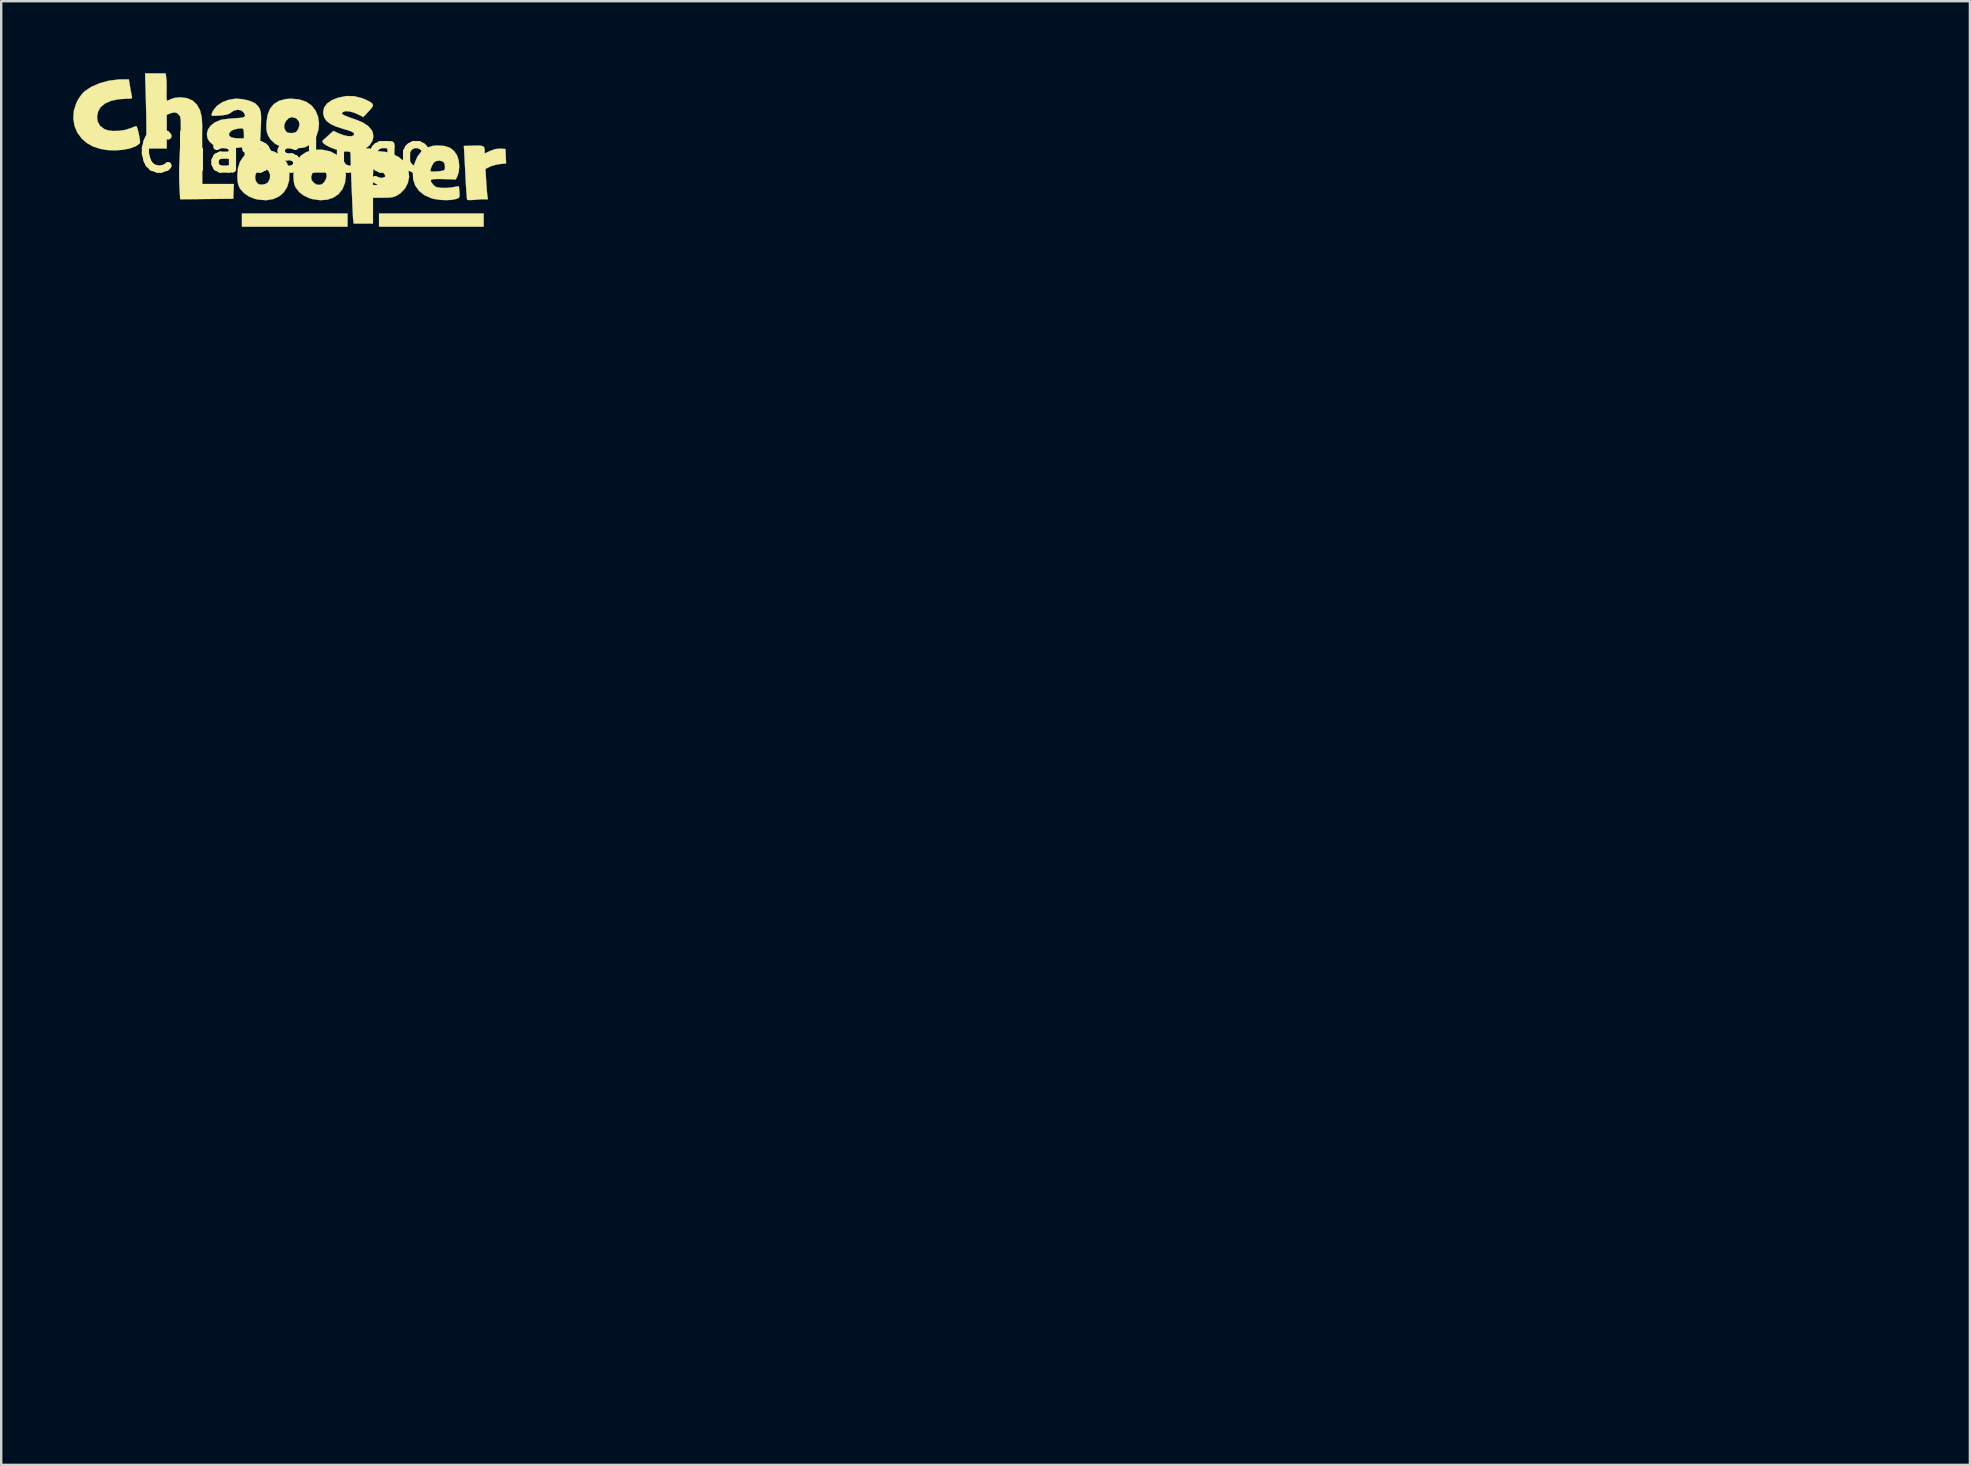
<source format=kicad_pcb>
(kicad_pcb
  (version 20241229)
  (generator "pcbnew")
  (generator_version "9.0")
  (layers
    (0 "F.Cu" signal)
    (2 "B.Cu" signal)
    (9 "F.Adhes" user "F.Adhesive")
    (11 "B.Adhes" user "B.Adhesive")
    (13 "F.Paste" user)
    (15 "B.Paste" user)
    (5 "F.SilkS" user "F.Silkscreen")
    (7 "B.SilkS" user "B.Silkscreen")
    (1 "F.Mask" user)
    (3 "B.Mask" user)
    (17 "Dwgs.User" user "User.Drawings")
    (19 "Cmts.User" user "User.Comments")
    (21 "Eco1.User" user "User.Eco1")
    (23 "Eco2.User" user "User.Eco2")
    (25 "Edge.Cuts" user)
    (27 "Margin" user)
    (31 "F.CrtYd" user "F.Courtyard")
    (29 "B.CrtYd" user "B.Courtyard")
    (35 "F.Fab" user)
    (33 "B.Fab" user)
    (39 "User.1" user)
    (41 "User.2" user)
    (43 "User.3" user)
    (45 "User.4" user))
  (footprint "Coralie_mask"
    (layer "F.Cu")
    (at 48.526 27.479)
    (property "Reference" "Coralie_mask" (at 0 0 0) (layer "B.Mask") (effects (font (size 1.524 1.524) (thickness 0.3))))
    (attr through_hole)
    (fp_poly (pts (xy -7.705 1.101) (xy -23.029 1.101) (xy -23.029 -3.302) (xy -20.87 -3.302) (xy -20.87 -1.058) (xy -9.864 -1.058) (xy -9.864 -3.302) (xy -20.87 -3.302) (xy -23.029 -3.302) (xy -23.029 -5.419) (xy -7.705 -5.419) (xy -7.705 1.101)) (stroke (width 0.01) (type solid)) (fill yes) (layer "B.Mask"))
    (fp_poly (pts (xy 18.669 1.101) (xy 16.552 1.101) (xy 16.552 -3.302) (xy 14.266 -3.302) (xy 14.266 1.143) (xy 16.51 1.143) (xy 16.51 3.344) (xy 18.669 3.344) (xy 18.669 5.546) (xy 20.87 5.546) (xy 20.87 23.072) (xy 18.754 23.072) (xy 18.733 12.086) (xy 8.816 12.075) (xy -1.101 12.065) (xy -1.101 23.072) (xy -3.26 23.072) (xy -3.26 7.747) (xy 3.301 7.747) (xy 14.352 7.747) (xy 14.341 6.615) (xy 14.33 5.482) (xy 3.323 5.482) (xy 3.312 6.615) (xy 3.301 7.747) (xy -3.26 7.747) (xy -3.26 5.546) (xy -1.058 5.546) (xy -1.058 3.344) (xy 1.143 3.344) (xy 1.143 1.143) (xy 3.344 1.143) (xy 3.344 1.101) (xy 5.038 1.101) (xy 5.038 3.345) (xy 8.816 3.334) (xy 12.594 3.323) (xy 12.617 1.101) (xy 5.038 1.101) (xy 3.344 1.101) (xy 3.344 -3.302) (xy 6.816 -3.302) (xy 6.816 -1.058) (xy 10.837 -1.058) (xy 10.837 -3.302) (xy 6.816 -3.302) (xy 3.344 -3.302) (xy 1.101 -3.302) (xy 1.101 1.101) (xy -1.058 1.101) (xy -1.058 -7.62) (xy 18.669 -7.62) (xy 18.669 1.101)) (stroke (width 0.01) (type solid)) (fill yes) (layer "B.Mask"))
    (fp_poly (pts (xy 27.517 1.1) (xy 23.135 1.122) (xy 23.124 2.212) (xy 23.113 3.302) (xy 25.315 3.302) (xy 25.315 27.517) (xy 14.309 27.517) (xy 14.309 16.51) (xy 3.323 16.531) (xy 3.302 27.517) (xy -7.662 27.517) (xy -7.673 16.521) (xy -7.684 5.524) (xy -16.478 5.514) (xy -25.273 5.503) (xy -25.273 3.302) (xy -27.474 3.302) (xy -27.474 -5.503) (xy -25.315 -5.503) (xy -25.315 1.143) (xy -23.114 1.143) (xy -23.114 3.345) (xy -15.378 3.334) (xy -7.641 3.323) (xy -7.63 2.234) (xy -7.619 1.144) (xy -6.529 1.133) (xy -5.44 1.122) (xy -5.417 -1.058) (xy -3.302 -1.058) (xy -3.302 5.46) (xy -4.392 5.471) (xy -5.482 5.482) (xy -5.504 25.358) (xy 1.143 25.358) (xy 1.143 14.351) (xy 16.467 14.351) (xy 16.489 25.337) (xy 19.823 25.347) (xy 23.157 25.358) (xy 23.135 5.482) (xy 22.045 5.471) (xy 20.955 5.46) (xy 20.955 -1.058) (xy 25.358 -1.058) (xy 25.358 -25.315) (xy 23.072 -25.315) (xy 23.072 -3.302) (xy 20.955 -3.302) (xy 20.955 -7.705) (xy 18.754 -7.705) (xy 18.754 -9.906) (xy -1.101 -9.906) (xy -1.101 -7.705) (xy -3.302 -7.705) (xy -3.302 -3.302) (xy -5.417 -3.302) (xy -5.429 -4.392) (xy -5.44 -5.482) (xy -6.529 -5.493) (xy -7.619 -5.505) (xy -7.63 -6.594) (xy -7.641 -7.684) (xy -15.378 -7.694) (xy -23.114 -7.705) (xy -23.114 -5.503) (xy -25.315 -5.503) (xy -27.474 -5.503) (xy -27.474 -7.662) (xy -25.273 -7.662) (xy -25.273 -9.864) (xy -14.277 -9.874) (xy -3.281 -9.885) (xy -3.27 -10.975) (xy -3.258 -12.065) (xy 20.913 -12.065) (xy 20.913 -27.474) (xy 27.517 -27.474) (xy 27.517 1.1)) (stroke (width 0.01) (type solid)) (fill yes) (layer "B.Mask")))
  (footprint "ChaosLogo"
    (layer "F.Cu")
    (at 8.852 3.307)
    (property "Reference" "ChaosLogo" (at 0 0 0) (layer "F.SilkS") (effects (font (size 1.524 1.524) (thickness 0.3))))
    (attr through_hole)
    (fp_poly (pts (xy 2.582 3.09) (xy -1.82 3.09) (xy -1.82 2.54) (xy 2.582 2.54) (xy 2.582 3.09)) (stroke (width 0.01) (type solid)) (fill yes) (layer "F.SilkS"))
    (fp_poly (pts (xy 8.255 3.09) (xy 3.895 3.09) (xy 3.895 2.54) (xy 8.255 2.54) (xy 8.255 3.09)) (stroke (width 0.01) (type solid)) (fill yes) (layer "F.SilkS"))
    (fp_poly (pts (xy 8.167 -0.281) (xy 8.246 -0.252) (xy 8.284 -0.197) (xy 8.296 -0.109) (xy 8.297 -0.076) (xy 8.297 0.038) (xy 8.529 -0.068) (xy 8.731 -0.142) (xy 8.917 -0.163) (xy 8.963 -0.161) (xy 9.165 -0.148) (xy 9.177 0.153) (xy 9.19 0.453) (xy 8.934 0.48) (xy 8.759 0.511) (xy 8.588 0.56) (xy 8.504 0.595) (xy 8.331 0.684) (xy 8.358 1.157) (xy 8.372 1.366) (xy 8.386 1.561) (xy 8.4 1.715) (xy 8.409 1.789) (xy 8.432 1.947) (xy 8.265 1.947) (xy 8.127 1.952) (xy 7.952 1.964) (xy 7.844 1.974) (xy 7.706 1.982) (xy 7.604 1.977) (xy 7.567 1.963) (xy 7.558 1.912) (xy 7.546 1.789) (xy 7.533 1.606) (xy 7.518 1.376) (xy 7.503 1.112) (xy 7.496 0.974) (xy 7.482 0.689) (xy 7.468 0.425) (xy 7.456 0.195) (xy 7.447 0.015) (xy 7.441 -0.101) (xy 7.439 -0.127) (xy 7.429 -0.275) (xy 7.828 -0.287) (xy 8.033 -0.291) (xy 8.167 -0.281)) (stroke (width 0.01) (type solid)) (fill yes) (layer "F.SilkS"))
    (fp_poly (pts (xy 1.552 -0.114) (xy 1.862 -0.047) (xy 2.115 0.084) (xy 2.31 0.273) (xy 2.442 0.517) (xy 2.506 0.81) (xy 2.513 0.955) (xy 2.476 1.261) (xy 2.374 1.52) (xy 2.213 1.726) (xy 2 1.876) (xy 1.743 1.964) (xy 1.449 1.987) (xy 1.124 1.941) (xy 0.999 1.905) (xy 0.768 1.8) (xy 0.57 1.649) (xy 0.426 1.47) (xy 0.374 1.357) (xy 0.348 1.234) (xy 0.331 1.067) (xy 0.33 1.006) (xy 1.065 1.006) (xy 1.081 1.138) (xy 1.162 1.251) (xy 1.297 1.339) (xy 1.442 1.344) (xy 1.53 1.309) (xy 1.604 1.24) (xy 1.67 1.132) (xy 1.676 1.118) (xy 1.713 1.005) (xy 1.706 0.91) (xy 1.677 0.83) (xy 1.588 0.705) (xy 1.468 0.648) (xy 1.335 0.656) (xy 1.21 0.729) (xy 1.122 0.846) (xy 1.065 1.006) (xy 0.33 1.006) (xy 0.327 0.919) (xy 0.366 0.604) (xy 0.47 0.341) (xy 0.635 0.132) (xy 0.856 -0.017) (xy 1.13 -0.103) (xy 1.45 -0.122) (xy 1.552 -0.114)) (stroke (width 0.01) (type solid)) (fill yes) (layer "F.SilkS"))
    (fp_poly (pts (xy 0.57 -2.213) (xy 0.853 -2.119) (xy 1.08 -1.962) (xy 1.091 -1.952) (xy 1.254 -1.739) (xy 1.354 -1.49) (xy 1.392 -1.222) (xy 1.369 -0.952) (xy 1.287 -0.697) (xy 1.147 -0.473) (xy 0.978 -0.318) (xy 0.887 -0.258) (xy 0.803 -0.22) (xy 0.703 -0.198) (xy 0.562 -0.186) (xy 0.388 -0.181) (xy 0.111 -0.184) (xy -0.092 -0.207) (xy -0.187 -0.234) (xy -0.437 -0.366) (xy -0.629 -0.545) (xy -0.73 -0.711) (xy -0.775 -0.833) (xy -0.797 -0.96) (xy -0.801 -1.121) (xy -0.8 -1.143) (xy -0.058 -1.143) (xy -0.057 -1.044) (xy -0.041 -0.99) (xy 0.016 -0.879) (xy 0.095 -0.824) (xy 0.221 -0.812) (xy 0.275 -0.814) (xy 0.393 -0.833) (xy 0.467 -0.884) (xy 0.528 -0.981) (xy 0.581 -1.149) (xy 0.555 -1.296) (xy 0.453 -1.413) (xy 0.415 -1.437) (xy 0.271 -1.476) (xy 0.135 -1.436) (xy 0.022 -1.323) (xy -0.012 -1.264) (xy -0.058 -1.143) (xy -0.8 -1.143) (xy -0.796 -1.249) (xy -0.75 -1.57) (xy -0.647 -1.828) (xy -0.487 -2.023) (xy -0.27 -2.157) (xy 0.005 -2.229) (xy 0.231 -2.244) (xy 0.57 -2.213)) (stroke (width 0.01) (type solid)) (fill yes) (layer "F.SilkS"))
    (fp_poly (pts (xy -6.481 -2.741) (xy -6.453 -2.575) (xy -6.426 -2.432) (xy -6.407 -2.341) (xy -6.407 -2.339) (xy -6.399 -2.284) (xy -6.425 -2.255) (xy -6.502 -2.245) (xy -6.607 -2.244) (xy -6.971 -2.221) (xy -7.28 -2.153) (xy -7.527 -2.042) (xy -7.708 -1.892) (xy -7.81 -1.72) (xy -7.859 -1.494) (xy -7.831 -1.288) (xy -7.732 -1.115) (xy -7.567 -0.985) (xy -7.429 -0.931) (xy -7.209 -0.898) (xy -6.95 -0.903) (xy -6.689 -0.942) (xy -6.463 -1.013) (xy -6.341 -1.063) (xy -6.251 -1.094) (xy -6.224 -1.101) (xy -6.198 -1.063) (xy -6.165 -0.965) (xy -6.13 -0.83) (xy -6.098 -0.682) (xy -6.075 -0.544) (xy -6.065 -0.441) (xy -6.069 -0.401) (xy -6.119 -0.347) (xy -6.216 -0.281) (xy -6.254 -0.26) (xy -6.495 -0.17) (xy -6.789 -0.113) (xy -7.111 -0.09) (xy -7.435 -0.104) (xy -7.715 -0.151) (xy -8.026 -0.252) (xy -8.282 -0.396) (xy -8.49 -0.576) (xy -8.68 -0.829) (xy -8.799 -1.119) (xy -8.847 -1.43) (xy -8.822 -1.75) (xy -8.721 -2.065) (xy -8.678 -2.153) (xy -8.582 -2.31) (xy -8.473 -2.454) (xy -8.385 -2.545) (xy -8.095 -2.738) (xy -7.748 -2.89) (xy -7.363 -2.994) (xy -6.961 -3.044) (xy -6.832 -3.047) (xy -6.532 -3.048) (xy -6.481 -2.741)) (stroke (width 0.01) (type solid)) (fill yes) (layer "F.SilkS"))
    (fp_poly (pts (xy -4.973 -3.122) (xy -4.963 -2.996) (xy -4.957 -2.818) (xy -4.958 -2.619) (xy -4.96 -2.55) (xy -4.963 -2.38) (xy -4.959 -2.247) (xy -4.948 -2.171) (xy -4.94 -2.159) (xy -4.883 -2.177) (xy -4.788 -2.221) (xy -4.771 -2.23) (xy -4.624 -2.278) (xy -4.429 -2.3) (xy -4.381 -2.301) (xy -4.102 -2.266) (xy -3.872 -2.163) (xy -3.693 -1.995) (xy -3.566 -1.762) (xy -3.493 -1.466) (xy -3.474 -1.11) (xy -3.475 -1.079) (xy -3.478 -0.952) (xy -3.48 -0.757) (xy -3.48 -0.509) (xy -3.48 -0.225) (xy -3.479 0.08) (xy -3.478 0.265) (xy -3.471 1.312) (xy -2.155 1.312) (xy -2.168 1.619) (xy -2.18 1.926) (xy -3.287 1.937) (xy -4.393 1.949) (xy -4.422 1.451) (xy -4.432 1.189) (xy -4.436 0.896) (xy -4.433 0.618) (xy -4.429 0.487) (xy -4.408 0.031) (xy -4.391 -0.347) (xy -4.379 -0.657) (xy -4.37 -0.905) (xy -4.366 -1.099) (xy -4.367 -1.246) (xy -4.371 -1.355) (xy -4.38 -1.433) (xy -4.392 -1.488) (xy -4.409 -1.527) (xy -4.417 -1.541) (xy -4.52 -1.645) (xy -4.647 -1.674) (xy -4.802 -1.634) (xy -4.953 -1.571) (xy -4.953 -0.169) (xy -5.8 -0.169) (xy -5.8 -0.815) (xy -5.801 -1.067) (xy -5.805 -1.376) (xy -5.811 -1.718) (xy -5.819 -2.063) (xy -5.828 -2.381) (xy -5.855 -3.302) (xy -5.001 -3.302) (xy -4.973 -3.122)) (stroke (width 0.01) (type solid)) (fill yes) (layer "F.SilkS"))
    (fp_poly (pts (xy 6.618 -0.274) (xy 6.841 -0.203) (xy 7.011 -0.077) (xy 7.14 0.109) (xy 7.159 0.148) (xy 7.217 0.34) (xy 7.237 0.565) (xy 7.221 0.785) (xy 7.168 0.967) (xy 7.165 0.974) (xy 7.091 1.122) (xy 6.572 1.106) (xy 6.333 1.102) (xy 6.171 1.108) (xy 6.078 1.128) (xy 6.047 1.167) (xy 6.069 1.23) (xy 6.137 1.319) (xy 6.153 1.339) (xy 6.227 1.408) (xy 6.316 1.447) (xy 6.452 1.468) (xy 6.507 1.473) (xy 6.695 1.474) (xy 6.892 1.459) (xy 6.986 1.443) (xy 7.111 1.419) (xy 7.197 1.406) (xy 7.22 1.407) (xy 7.228 1.452) (xy 7.238 1.555) (xy 7.245 1.651) (xy 7.252 1.784) (xy 7.24 1.859) (xy 7.2 1.899) (xy 7.118 1.932) (xy 7.112 1.934) (xy 6.93 1.972) (xy 6.697 1.984) (xy 6.446 1.973) (xy 6.205 1.938) (xy 6.071 1.903) (xy 5.783 1.775) (xy 5.559 1.596) (xy 5.401 1.372) (xy 5.315 1.111) (xy 5.305 0.818) (xy 5.306 0.809) (xy 5.316 0.758) (xy 6.037 0.758) (xy 6.045 0.782) (xy 6.099 0.794) (xy 6.208 0.794) (xy 6.343 0.786) (xy 6.475 0.77) (xy 6.575 0.751) (xy 6.608 0.739) (xy 6.639 0.676) (xy 6.643 0.571) (xy 6.619 0.458) (xy 6.603 0.421) (xy 6.528 0.361) (xy 6.411 0.338) (xy 6.286 0.354) (xy 6.211 0.392) (xy 6.151 0.462) (xy 6.093 0.566) (xy 6.051 0.675) (xy 6.037 0.758) (xy 5.316 0.758) (xy 5.373 0.459) (xy 5.491 0.174) (xy 5.66 -0.045) (xy 5.877 -0.197) (xy 6.14 -0.28) (xy 6.333 -0.295) (xy 6.618 -0.274)) (stroke (width 0.01) (type solid)) (fill yes) (layer "F.SilkS"))
    (fp_poly (pts (xy 2.863 -2.349) (xy 3.196 -2.264) (xy 3.411 -2.169) (xy 3.556 -2.088) (xy 3.632 -2.02) (xy 3.64 -1.947) (xy 3.582 -1.851) (xy 3.463 -1.717) (xy 3.239 -1.479) (xy 3.035 -1.584) (xy 2.837 -1.668) (xy 2.651 -1.716) (xy 2.497 -1.724) (xy 2.393 -1.69) (xy 2.383 -1.681) (xy 2.347 -1.632) (xy 2.369 -1.594) (xy 2.439 -1.555) (xy 2.536 -1.513) (xy 2.686 -1.456) (xy 2.861 -1.395) (xy 2.914 -1.377) (xy 3.217 -1.253) (xy 3.441 -1.106) (xy 3.589 -0.933) (xy 3.627 -0.856) (xy 3.66 -0.675) (xy 3.62 -0.489) (xy 3.515 -0.324) (xy 3.467 -0.278) (xy 3.338 -0.169) (xy 3.468 -0.169) (xy 3.565 -0.153) (xy 3.598 -0.115) (xy 3.628 -0.082) (xy 3.725 -0.063) (xy 3.884 -0.056) (xy 4.18 -0.024) (xy 4.462 0.06) (xy 4.712 0.187) (xy 4.912 0.347) (xy 5.027 0.498) (xy 5.126 0.756) (xy 5.148 1.019) (xy 5.095 1.273) (xy 4.973 1.504) (xy 4.785 1.697) (xy 4.642 1.79) (xy 4.542 1.836) (xy 4.434 1.864) (xy 4.295 1.879) (xy 4.101 1.884) (xy 4.053 1.884) (xy 3.641 1.884) (xy 3.641 2.963) (xy 2.84 2.963) (xy 2.819 2.826) (xy 2.813 2.757) (xy 2.805 2.616) (xy 2.795 2.417) (xy 2.784 2.172) (xy 2.772 1.894) (xy 2.759 1.596) (xy 2.747 1.292) (xy 2.737 1.016) (xy 3.641 1.016) (xy 3.641 1.355) (xy 3.818 1.355) (xy 3.986 1.329) (xy 4.093 1.263) (xy 4.176 1.139) (xy 4.176 1.005) (xy 4.104 0.875) (xy 4.005 0.793) (xy 3.862 0.722) (xy 3.717 0.681) (xy 3.672 0.678) (xy 3.658 0.716) (xy 3.647 0.82) (xy 3.641 0.968) (xy 3.641 1.016) (xy 2.737 1.016) (xy 2.736 0.993) (xy 2.726 0.714) (xy 2.718 0.466) (xy 2.712 0.264) (xy 2.709 0.119) (xy 2.709 0.074) (xy 2.701 -0.002) (xy 2.659 -0.035) (xy 2.558 -0.043) (xy 2.551 -0.043) (xy 2.38 -0.058) (xy 2.195 -0.098) (xy 2.008 -0.157) (xy 1.835 -0.228) (xy 1.688 -0.305) (xy 1.583 -0.381) (xy 1.533 -0.45) (xy 1.549 -0.503) (xy 1.599 -0.548) (xy 1.691 -0.63) (xy 1.789 -0.719) (xy 1.99 -0.9) (xy 2.239 -0.789) (xy 2.421 -0.722) (xy 2.592 -0.685) (xy 2.734 -0.68) (xy 2.827 -0.709) (xy 2.85 -0.738) (xy 2.855 -0.792) (xy 2.815 -0.84) (xy 2.719 -0.887) (xy 2.558 -0.941) (xy 2.433 -0.976) (xy 2.117 -1.077) (xy 1.879 -1.186) (xy 1.713 -1.309) (xy 1.612 -1.453) (xy 1.569 -1.621) (xy 1.566 -1.68) (xy 1.606 -1.874) (xy 1.726 -2.041) (xy 1.922 -2.179) (xy 2.175 -2.281) (xy 2.527 -2.355) (xy 2.863 -2.349)) (stroke (width 0.01) (type solid)) (fill yes) (layer "F.SilkS"))
    (fp_poly (pts (xy -1.82 -2.227) (xy -1.603 -2.184) (xy -1.411 -2.122) (xy -1.269 -2.049) (xy -1.242 -2.026) (xy -1.157 -1.94) (xy -1.095 -1.856) (xy -1.054 -1.758) (xy -1.03 -1.633) (xy -1.021 -1.465) (xy -1.024 -1.24) (xy -1.034 -0.996) (xy -1.045 -0.759) (xy -1.057 -0.546) (xy -1.069 -0.375) (xy -1.08 -0.261) (xy -1.085 -0.229) (xy -1.089 -0.181) (xy -1.063 -0.151) (xy -0.987 -0.132) (xy -0.847 -0.116) (xy -0.823 -0.113) (xy -0.509 -0.05) (xy -0.25 0.074) (xy -0.052 0.257) (xy 0.084 0.493) (xy 0.154 0.782) (xy 0.159 0.84) (xy 0.147 1.159) (xy 0.067 1.434) (xy -0.075 1.659) (xy -0.272 1.829) (xy -0.517 1.94) (xy -0.804 1.987) (xy -1.127 1.964) (xy -1.284 1.929) (xy -1.527 1.832) (xy -1.738 1.686) (xy -1.894 1.51) (xy -1.922 1.46) (xy -1.976 1.328) (xy -2.003 1.172) (xy -2.009 1.029) (xy -1.271 1.029) (xy -1.25 1.168) (xy -1.178 1.279) (xy -1.101 1.327) (xy -0.984 1.34) (xy -0.852 1.314) (xy -0.748 1.258) (xy -0.728 1.238) (xy -0.653 1.08) (xy -0.646 0.919) (xy -0.705 0.776) (xy -0.81 0.682) (xy -0.908 0.643) (xy -1.004 0.656) (xy -1.047 0.673) (xy -1.167 0.759) (xy -1.243 0.886) (xy -1.271 1.029) (xy -2.009 1.029) (xy -2.011 0.974) (xy -1.983 0.645) (xy -1.898 0.379) (xy -1.756 0.173) (xy -1.713 0.132) (xy -1.569 0.005) (xy -1.684 -0.008) (xy -1.77 -0.036) (xy -1.798 -0.107) (xy -1.799 -0.127) (xy -1.817 -0.207) (xy -1.863 -0.218) (xy -2.065 -0.188) (xy -2.303 -0.177) (xy -2.542 -0.186) (xy -2.746 -0.213) (xy -2.803 -0.227) (xy -3.023 -0.324) (xy -3.176 -0.458) (xy -3.261 -0.616) (xy -3.279 -0.781) (xy -2.36 -0.781) (xy -2.35 -0.697) (xy -2.265 -0.634) (xy -2.112 -0.599) (xy -1.987 -0.593) (xy -1.736 -0.593) (xy -1.736 -0.781) (xy -1.744 -0.9) (xy -1.767 -0.981) (xy -1.778 -0.995) (xy -1.86 -1.009) (xy -1.987 -0.996) (xy -2.125 -0.963) (xy -2.242 -0.917) (xy -2.292 -0.883) (xy -2.36 -0.781) (xy -3.279 -0.781) (xy -3.28 -0.787) (xy -3.234 -0.959) (xy -3.124 -1.119) (xy -2.951 -1.256) (xy -2.715 -1.356) (xy -2.714 -1.357) (xy -2.606 -1.379) (xy -2.44 -1.4) (xy -2.243 -1.419) (xy -2.127 -1.427) (xy -1.913 -1.442) (xy -1.774 -1.465) (xy -1.702 -1.499) (xy -1.689 -1.553) (xy -1.724 -1.631) (xy -1.759 -1.684) (xy -1.859 -1.759) (xy -1.996 -1.782) (xy -2.143 -1.752) (xy -2.264 -1.676) (xy -2.34 -1.621) (xy -2.439 -1.584) (xy -2.584 -1.558) (xy -2.713 -1.545) (xy -2.874 -1.534) (xy -3.001 -1.531) (xy -3.071 -1.536) (xy -3.077 -1.539) (xy -3.084 -1.6) (xy -3.043 -1.7) (xy -2.966 -1.819) (xy -2.867 -1.935) (xy -2.834 -1.966) (xy -2.633 -2.1) (xy -2.382 -2.195) (xy -2.113 -2.241) (xy -2.035 -2.243) (xy -1.82 -2.227)) (stroke (width 0.01) (type solid)) (fill yes) (layer "F.SilkS")))
  (gr_rect
    (start -3 -3)
    (end 79.048 58.001)
    (stroke (width 0.1) (type default))
    (fill no)
    (layer "Edge.Cuts")))
</source>
